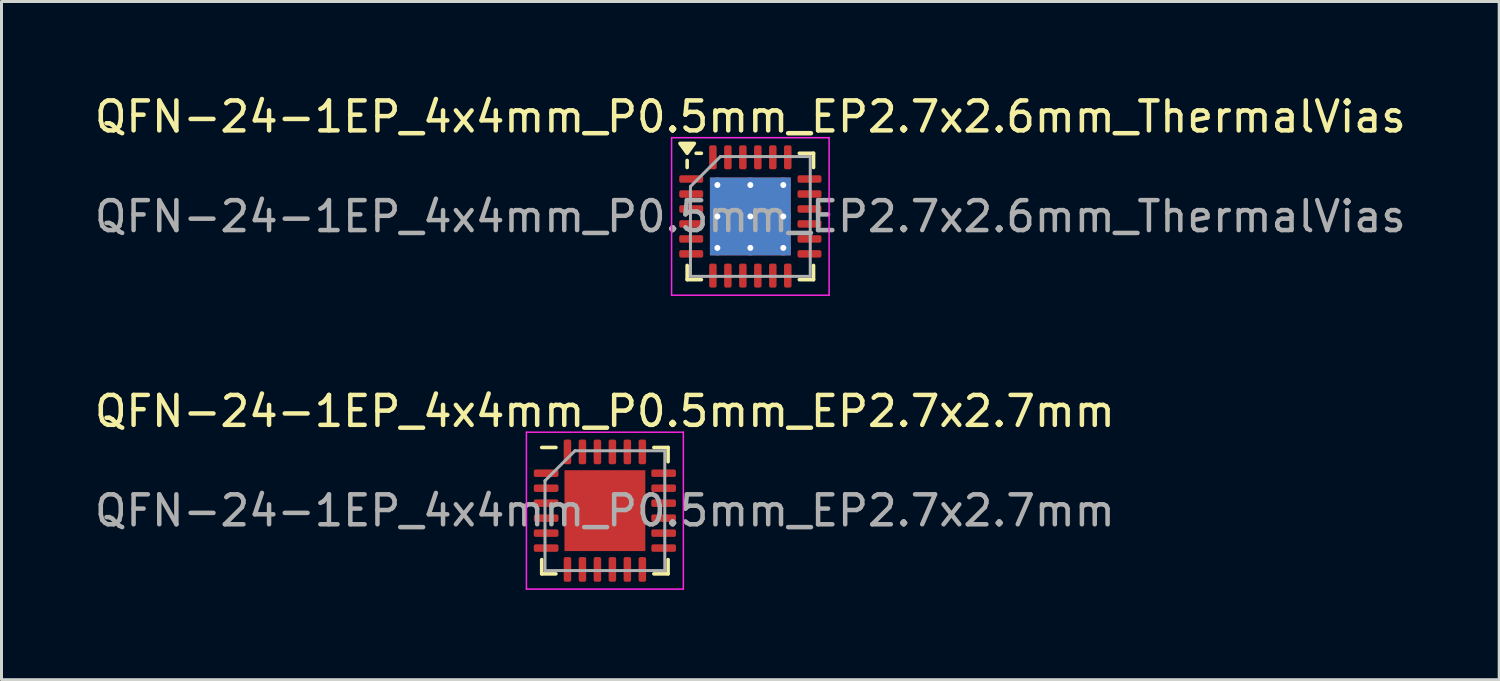
<source format=kicad_pcb>
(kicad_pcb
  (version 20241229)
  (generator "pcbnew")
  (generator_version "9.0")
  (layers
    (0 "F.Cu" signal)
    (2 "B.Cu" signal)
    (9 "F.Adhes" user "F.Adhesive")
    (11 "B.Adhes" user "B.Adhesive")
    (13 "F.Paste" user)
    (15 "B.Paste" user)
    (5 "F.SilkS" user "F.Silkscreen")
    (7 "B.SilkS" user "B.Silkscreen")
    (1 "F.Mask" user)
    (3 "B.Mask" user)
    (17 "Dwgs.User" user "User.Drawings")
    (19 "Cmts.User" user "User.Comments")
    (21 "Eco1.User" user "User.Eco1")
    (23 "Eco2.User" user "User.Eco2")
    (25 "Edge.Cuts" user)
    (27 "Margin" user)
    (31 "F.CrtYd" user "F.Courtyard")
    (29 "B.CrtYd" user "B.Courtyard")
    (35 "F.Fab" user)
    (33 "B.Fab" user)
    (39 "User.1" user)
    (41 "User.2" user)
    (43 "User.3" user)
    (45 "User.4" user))
  (footprint "QFN-24-1EP_4x4mm_P0.5mm_EP2.7x2.6mm_ThermalVias"
    (layer "F.Cu")
    (at 22.006 4.178)
    (property "Reference" "QFN-24-1EP_4x4mm_P0.5mm_EP2.7x2.6mm_ThermalVias" (at 0 -3.33 0) (layer "F.SilkS") (effects (font (size 1 1) (thickness 0.15))))
    (attr smd)
    (fp_line (start -2.11 -1.635) (end -2.11 -1.87) (stroke (width 0.12) (type solid)) (layer "F.SilkS"))
    (fp_line (start -2.11 2.11) (end -2.11 1.635) (stroke (width 0.12) (type solid)) (layer "F.SilkS"))
    (fp_line (start -1.635 -2.11) (end -1.81 -2.11) (stroke (width 0.12) (type solid)) (layer "F.SilkS"))
    (fp_line (start -1.635 2.11) (end -2.11 2.11) (stroke (width 0.12) (type solid)) (layer "F.SilkS"))
    (fp_line (start 1.635 -2.11) (end 2.11 -2.11) (stroke (width 0.12) (type solid)) (layer "F.SilkS"))
    (fp_line (start 1.635 2.11) (end 2.11 2.11) (stroke (width 0.12) (type solid)) (layer "F.SilkS"))
    (fp_line (start 2.11 -2.11) (end 2.11 -1.635) (stroke (width 0.12) (type solid)) (layer "F.SilkS"))
    (fp_line (start 2.11 2.11) (end 2.11 1.635) (stroke (width 0.12) (type solid)) (layer "F.SilkS"))
    (fp_poly (pts (xy -2.11 -2.11) (xy -2.35 -2.44) (xy -1.87 -2.44) (xy -2.11 -2.11)) (stroke (width 0.12) (type solid)) (fill yes) (layer "F.SilkS"))
    (fp_line (start -2.63 -2.63) (end -2.63 2.63) (stroke (width 0.05) (type solid)) (layer "F.CrtYd"))
    (fp_line (start -2.63 2.63) (end 2.63 2.63) (stroke (width 0.05) (type solid)) (layer "F.CrtYd"))
    (fp_line (start 2.63 -2.63) (end -2.63 -2.63) (stroke (width 0.05) (type solid)) (layer "F.CrtYd"))
    (fp_line (start 2.63 2.63) (end 2.63 -2.63) (stroke (width 0.05) (type solid)) (layer "F.CrtYd"))
    (fp_line (start -2 -1) (end -1 -2) (stroke (width 0.1) (type solid)) (layer "F.Fab"))
    (fp_line (start -2 2) (end -2 -1) (stroke (width 0.1) (type solid)) (layer "F.Fab"))
    (fp_line (start -1 -2) (end 2 -2) (stroke (width 0.1) (type solid)) (layer "F.Fab"))
    (fp_line (start 2 -2) (end 2 2) (stroke (width 0.1) (type solid)) (layer "F.Fab"))
    (fp_line (start 2 2) (end -2 2) (stroke (width 0.1) (type solid)) (layer "F.Fab"))
    (fp_text user "${REFERENCE}" (at 0 0 0) (layer "F.Fab") (effects (font (size 1 1) (thickness 0.15))))
    (pad "" smd roundrect (at -0.675 -0.65) (size 1.17 1.13) (layers "F.Paste") (roundrect_rratio 0.221))
    (pad "" smd roundrect (at -0.675 0.65) (size 1.17 1.13) (layers "F.Paste") (roundrect_rratio 0.221))
    (pad "" smd roundrect (at 0.675 -0.65) (size 1.17 1.13) (layers "F.Paste") (roundrect_rratio 0.221))
    (pad "" smd roundrect (at 0.675 0.65) (size 1.17 1.13) (layers "F.Paste") (roundrect_rratio 0.221))
    (pad "1" smd roundrect (at -1.975 -1.25) (size 0.8 0.25) (layers "F.Cu" "F.Mask" "F.Paste") (roundrect_rratio 0.25))
    (pad "2" smd roundrect (at -1.975 -0.75) (size 0.8 0.25) (layers "F.Cu" "F.Mask" "F.Paste") (roundrect_rratio 0.25))
    (pad "3" smd roundrect (at -1.975 -0.25) (size 0.8 0.25) (layers "F.Cu" "F.Mask" "F.Paste") (roundrect_rratio 0.25))
    (pad "4" smd roundrect (at -1.975 0.25) (size 0.8 0.25) (layers "F.Cu" "F.Mask" "F.Paste") (roundrect_rratio 0.25))
    (pad "5" smd roundrect (at -1.975 0.75) (size 0.8 0.25) (layers "F.Cu" "F.Mask" "F.Paste") (roundrect_rratio 0.25))
    (pad "6" smd roundrect (at -1.975 1.25) (size 0.8 0.25) (layers "F.Cu" "F.Mask" "F.Paste") (roundrect_rratio 0.25))
    (pad "7" smd roundrect (at -1.25 1.975) (size 0.25 0.8) (layers "F.Cu" "F.Mask" "F.Paste") (roundrect_rratio 0.25))
    (pad "8" smd roundrect (at -0.75 1.975) (size 0.25 0.8) (layers "F.Cu" "F.Mask" "F.Paste") (roundrect_rratio 0.25))
    (pad "9" smd roundrect (at -0.25 1.975) (size 0.25 0.8) (layers "F.Cu" "F.Mask" "F.Paste") (roundrect_rratio 0.25))
    (pad "10" smd roundrect (at 0.25 1.975) (size 0.25 0.8) (layers "F.Cu" "F.Mask" "F.Paste") (roundrect_rratio 0.25))
    (pad "11" smd roundrect (at 0.75 1.975) (size 0.25 0.8) (layers "F.Cu" "F.Mask" "F.Paste") (roundrect_rratio 0.25))
    (pad "12" smd roundrect (at 1.25 1.975) (size 0.25 0.8) (layers "F.Cu" "F.Mask" "F.Paste") (roundrect_rratio 0.25))
    (pad "13" smd roundrect (at 1.975 1.25) (size 0.8 0.25) (layers "F.Cu" "F.Mask" "F.Paste") (roundrect_rratio 0.25))
    (pad "14" smd roundrect (at 1.975 0.75) (size 0.8 0.25) (layers "F.Cu" "F.Mask" "F.Paste") (roundrect_rratio 0.25))
    (pad "15" smd roundrect (at 1.975 0.25) (size 0.8 0.25) (layers "F.Cu" "F.Mask" "F.Paste") (roundrect_rratio 0.25))
    (pad "16" smd roundrect (at 1.975 -0.25) (size 0.8 0.25) (layers "F.Cu" "F.Mask" "F.Paste") (roundrect_rratio 0.25))
    (pad "17" smd roundrect (at 1.975 -0.75) (size 0.8 0.25) (layers "F.Cu" "F.Mask" "F.Paste") (roundrect_rratio 0.25))
    (pad "18" smd roundrect (at 1.975 -1.25) (size 0.8 0.25) (layers "F.Cu" "F.Mask" "F.Paste") (roundrect_rratio 0.25))
    (pad "19" smd roundrect (at 1.25 -1.975) (size 0.25 0.8) (layers "F.Cu" "F.Mask" "F.Paste") (roundrect_rratio 0.25))
    (pad "20" smd roundrect (at 0.75 -1.975) (size 0.25 0.8) (layers "F.Cu" "F.Mask" "F.Paste") (roundrect_rratio 0.25))
    (pad "21" smd roundrect (at 0.25 -1.975) (size 0.25 0.8) (layers "F.Cu" "F.Mask" "F.Paste") (roundrect_rratio 0.25))
    (pad "22" smd roundrect (at -0.25 -1.975) (size 0.25 0.8) (layers "F.Cu" "F.Mask" "F.Paste") (roundrect_rratio 0.25))
    (pad "23" smd roundrect (at -0.75 -1.975) (size 0.25 0.8) (layers "F.Cu" "F.Mask" "F.Paste") (roundrect_rratio 0.25))
    (pad "24" smd roundrect (at -1.25 -1.975) (size 0.25 0.8) (layers "F.Cu" "F.Mask" "F.Paste") (roundrect_rratio 0.25))
    (pad "25" thru_hole circle (at -1.1 -1.05) (size 0.5 0.5) (drill 0.2) (property pad_prop_heatsink) (layers "*.Cu"))
    (pad "25" thru_hole circle (at -1.1 0) (size 0.5 0.5) (drill 0.2) (property pad_prop_heatsink) (layers "*.Cu"))
    (pad "25" thru_hole circle (at -1.1 1.05) (size 0.5 0.5) (drill 0.2) (property pad_prop_heatsink) (layers "*.Cu"))
    (pad "25" thru_hole circle (at 0 -1.05) (size 0.5 0.5) (drill 0.2) (property pad_prop_heatsink) (layers "*.Cu"))
    (pad "25" thru_hole circle (at 0 0) (size 0.5 0.5) (drill 0.2) (property pad_prop_heatsink) (layers "*.Cu"))
    (pad "25" smd rect (at 0 0) (size 2.7 2.6) (property pad_prop_heatsink) (layers "F.Cu" "F.Mask"))
    (pad "25" smd rect (at 0 0) (size 2.7 2.6) (property pad_prop_heatsink) (layers "B.Cu"))
    (pad "25" thru_hole circle (at 0 1.05) (size 0.5 0.5) (drill 0.2) (property pad_prop_heatsink) (layers "*.Cu"))
    (pad "25" thru_hole circle (at 1.1 -1.05) (size 0.5 0.5) (drill 0.2) (property pad_prop_heatsink) (layers "*.Cu"))
    (pad "25" thru_hole circle (at 1.1 0) (size 0.5 0.5) (drill 0.2) (property pad_prop_heatsink) (layers "*.Cu"))
    (pad "25" thru_hole circle (at 1.1 1.05) (size 0.5 0.5) (drill 0.2) (property pad_prop_heatsink) (layers "*.Cu")))
  (footprint "QFN-24-1EP_4x4mm_P0.5mm_EP2.7x2.7mm"
    (layer "F.Cu")
    (at 17.149 14.002)
    (property "Reference" "QFN-24-1EP_4x4mm_P0.5mm_EP2.7x2.7mm" (at 0 -3.32 0) (layer "F.SilkS") (effects (font (size 1 1) (thickness 0.15))))
    (attr smd)
    (fp_line (start -2.11 2.11) (end -2.11 1.635) (stroke (width 0.12) (type solid)) (layer "F.SilkS"))
    (fp_line (start -1.635 -2.11) (end -2.11 -2.11) (stroke (width 0.12) (type solid)) (layer "F.SilkS"))
    (fp_line (start -1.635 2.11) (end -2.11 2.11) (stroke (width 0.12) (type solid)) (layer "F.SilkS"))
    (fp_line (start 1.635 -2.11) (end 2.11 -2.11) (stroke (width 0.12) (type solid)) (layer "F.SilkS"))
    (fp_line (start 1.635 2.11) (end 2.11 2.11) (stroke (width 0.12) (type solid)) (layer "F.SilkS"))
    (fp_line (start 2.11 -2.11) (end 2.11 -1.635) (stroke (width 0.12) (type solid)) (layer "F.SilkS"))
    (fp_line (start 2.11 2.11) (end 2.11 1.635) (stroke (width 0.12) (type solid)) (layer "F.SilkS"))
    (fp_line (start -2.62 -2.62) (end -2.62 2.62) (stroke (width 0.05) (type solid)) (layer "F.CrtYd"))
    (fp_line (start -2.62 2.62) (end 2.62 2.62) (stroke (width 0.05) (type solid)) (layer "F.CrtYd"))
    (fp_line (start 2.62 -2.62) (end -2.62 -2.62) (stroke (width 0.05) (type solid)) (layer "F.CrtYd"))
    (fp_line (start 2.62 2.62) (end 2.62 -2.62) (stroke (width 0.05) (type solid)) (layer "F.CrtYd"))
    (fp_line (start -2 -1) (end -1 -2) (stroke (width 0.1) (type solid)) (layer "F.Fab"))
    (fp_line (start -2 2) (end -2 -1) (stroke (width 0.1) (type solid)) (layer "F.Fab"))
    (fp_line (start -1 -2) (end 2 -2) (stroke (width 0.1) (type solid)) (layer "F.Fab"))
    (fp_line (start 2 -2) (end 2 2) (stroke (width 0.1) (type solid)) (layer "F.Fab"))
    (fp_line (start 2 2) (end -2 2) (stroke (width 0.1) (type solid)) (layer "F.Fab"))
    (fp_text user "${REFERENCE}" (at 0 0 0) (layer "F.Fab") (effects (font (size 1 1) (thickness 0.15))))
    (pad "" smd roundrect (at -0.675 -0.675) (size 1.09 1.09) (layers "F.Paste") (roundrect_rratio 0.229))
    (pad "" smd roundrect (at -0.675 0.675) (size 1.09 1.09) (layers "F.Paste") (roundrect_rratio 0.229))
    (pad "" smd roundrect (at 0.675 -0.675) (size 1.09 1.09) (layers "F.Paste") (roundrect_rratio 0.229))
    (pad "" smd roundrect (at 0.675 0.675) (size 1.09 1.09) (layers "F.Paste") (roundrect_rratio 0.229))
    (pad "1" smd roundrect (at -1.962 -1.25) (size 0.825 0.25) (layers "F.Cu" "F.Mask" "F.Paste") (roundrect_rratio 0.25))
    (pad "2" smd roundrect (at -1.962 -0.75) (size 0.825 0.25) (layers "F.Cu" "F.Mask" "F.Paste") (roundrect_rratio 0.25))
    (pad "3" smd roundrect (at -1.962 -0.25) (size 0.825 0.25) (layers "F.Cu" "F.Mask" "F.Paste") (roundrect_rratio 0.25))
    (pad "4" smd roundrect (at -1.962 0.25) (size 0.825 0.25) (layers "F.Cu" "F.Mask" "F.Paste") (roundrect_rratio 0.25))
    (pad "5" smd roundrect (at -1.962 0.75) (size 0.825 0.25) (layers "F.Cu" "F.Mask" "F.Paste") (roundrect_rratio 0.25))
    (pad "6" smd roundrect (at -1.962 1.25) (size 0.825 0.25) (layers "F.Cu" "F.Mask" "F.Paste") (roundrect_rratio 0.25))
    (pad "7" smd roundrect (at -1.25 1.962) (size 0.25 0.825) (layers "F.Cu" "F.Mask" "F.Paste") (roundrect_rratio 0.25))
    (pad "8" smd roundrect (at -0.75 1.962) (size 0.25 0.825) (layers "F.Cu" "F.Mask" "F.Paste") (roundrect_rratio 0.25))
    (pad "9" smd roundrect (at -0.25 1.962) (size 0.25 0.825) (layers "F.Cu" "F.Mask" "F.Paste") (roundrect_rratio 0.25))
    (pad "10" smd roundrect (at 0.25 1.962) (size 0.25 0.825) (layers "F.Cu" "F.Mask" "F.Paste") (roundrect_rratio 0.25))
    (pad "11" smd roundrect (at 0.75 1.962) (size 0.25 0.825) (layers "F.Cu" "F.Mask" "F.Paste") (roundrect_rratio 0.25))
    (pad "12" smd roundrect (at 1.25 1.962) (size 0.25 0.825) (layers "F.Cu" "F.Mask" "F.Paste") (roundrect_rratio 0.25))
    (pad "13" smd roundrect (at 1.962 1.25) (size 0.825 0.25) (layers "F.Cu" "F.Mask" "F.Paste") (roundrect_rratio 0.25))
    (pad "14" smd roundrect (at 1.962 0.75) (size 0.825 0.25) (layers "F.Cu" "F.Mask" "F.Paste") (roundrect_rratio 0.25))
    (pad "15" smd roundrect (at 1.962 0.25) (size 0.825 0.25) (layers "F.Cu" "F.Mask" "F.Paste") (roundrect_rratio 0.25))
    (pad "16" smd roundrect (at 1.962 -0.25) (size 0.825 0.25) (layers "F.Cu" "F.Mask" "F.Paste") (roundrect_rratio 0.25))
    (pad "17" smd roundrect (at 1.962 -0.75) (size 0.825 0.25) (layers "F.Cu" "F.Mask" "F.Paste") (roundrect_rratio 0.25))
    (pad "18" smd roundrect (at 1.962 -1.25) (size 0.825 0.25) (layers "F.Cu" "F.Mask" "F.Paste") (roundrect_rratio 0.25))
    (pad "19" smd roundrect (at 1.25 -1.962) (size 0.25 0.825) (layers "F.Cu" "F.Mask" "F.Paste") (roundrect_rratio 0.25))
    (pad "20" smd roundrect (at 0.75 -1.962) (size 0.25 0.825) (layers "F.Cu" "F.Mask" "F.Paste") (roundrect_rratio 0.25))
    (pad "21" smd roundrect (at 0.25 -1.962) (size 0.25 0.825) (layers "F.Cu" "F.Mask" "F.Paste") (roundrect_rratio 0.25))
    (pad "22" smd roundrect (at -0.25 -1.962) (size 0.25 0.825) (layers "F.Cu" "F.Mask" "F.Paste") (roundrect_rratio 0.25))
    (pad "23" smd roundrect (at -0.75 -1.962) (size 0.25 0.825) (layers "F.Cu" "F.Mask" "F.Paste") (roundrect_rratio 0.25))
    (pad "24" smd roundrect (at -1.25 -1.962) (size 0.25 0.825) (layers "F.Cu" "F.Mask" "F.Paste") (roundrect_rratio 0.25))
    (pad "25" smd rect (at 0 0) (size 2.7 2.7) (layers "F.Cu" "F.Mask")))
  (gr_rect
    (start -3 -3)
    (end 47.012 19.646)
    (stroke (width 0.1) (type default))
    (fill no)
    (layer "Edge.Cuts")))
</source>
